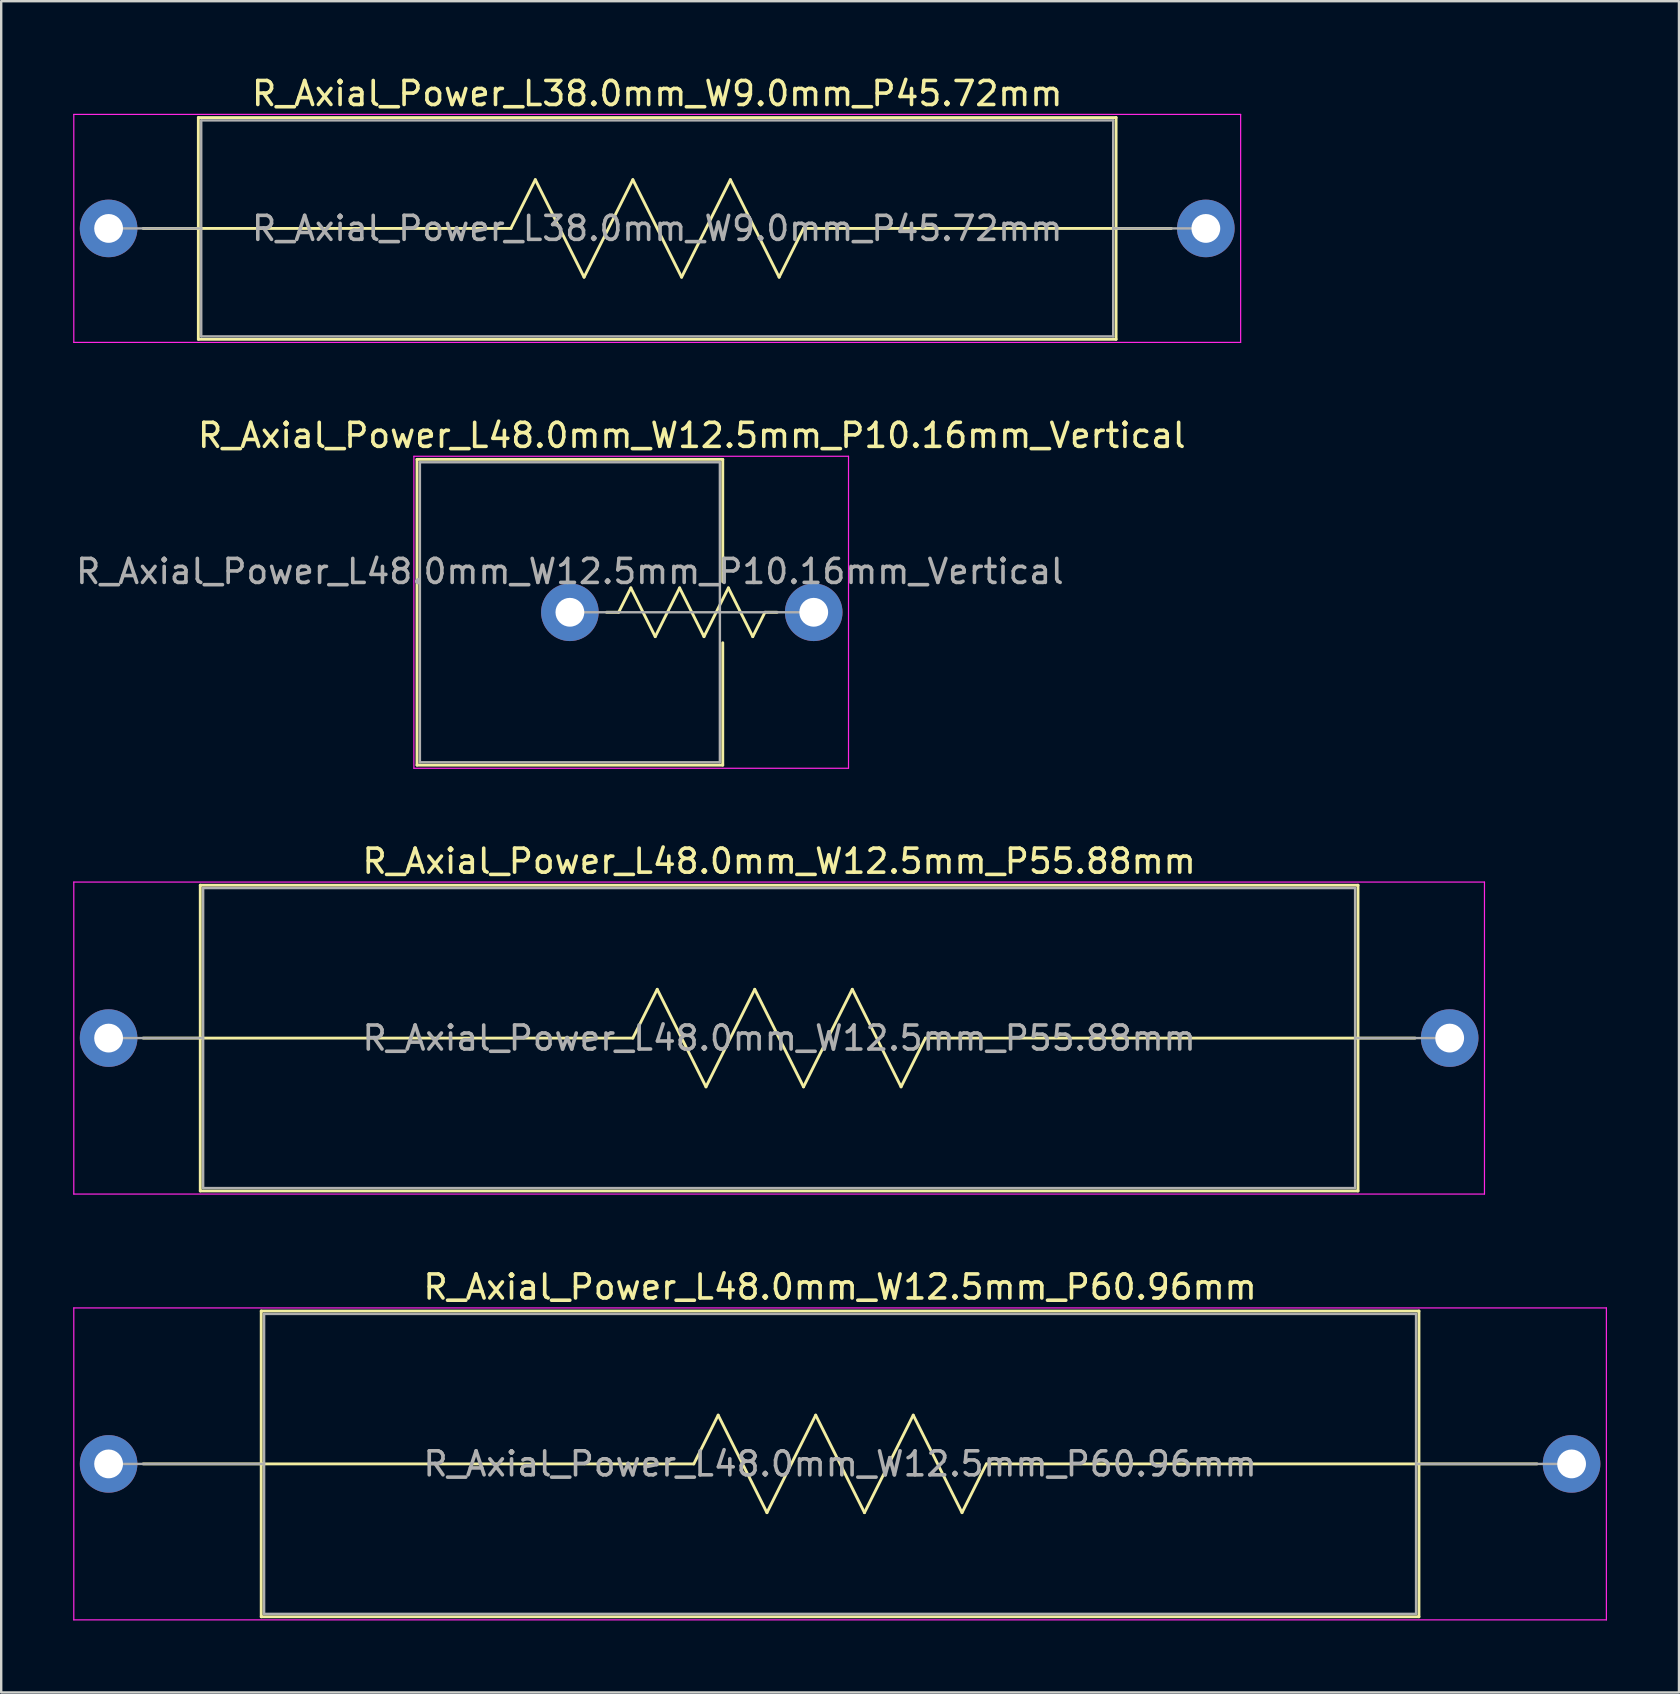
<source format=kicad_pcb>
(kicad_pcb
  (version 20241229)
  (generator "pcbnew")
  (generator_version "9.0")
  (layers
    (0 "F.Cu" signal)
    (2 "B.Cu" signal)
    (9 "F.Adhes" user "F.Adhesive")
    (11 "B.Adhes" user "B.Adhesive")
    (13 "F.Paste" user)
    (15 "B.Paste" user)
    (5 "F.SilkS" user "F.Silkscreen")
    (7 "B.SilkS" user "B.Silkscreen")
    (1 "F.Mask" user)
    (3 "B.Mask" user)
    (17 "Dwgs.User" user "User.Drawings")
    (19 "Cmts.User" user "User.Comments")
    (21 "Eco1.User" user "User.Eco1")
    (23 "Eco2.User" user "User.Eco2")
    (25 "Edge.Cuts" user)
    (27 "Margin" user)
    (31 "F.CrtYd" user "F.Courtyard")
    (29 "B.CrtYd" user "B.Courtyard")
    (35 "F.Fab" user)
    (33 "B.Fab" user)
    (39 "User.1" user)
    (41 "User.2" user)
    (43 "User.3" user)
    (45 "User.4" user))
  (footprint "R_Axial_Power_L48.0mm_W12.5mm_P10.16mm_Vertical"
    (layer "F.Cu")
    (at 20.696 22.462)
    (property "Reference" "R_Axial_Power_L48.0mm_W12.5mm_P10.16mm_Vertical" (at 5.08 -7.37 0) (layer "F.SilkS") (effects (font (size 1 1) (thickness 0.15))))
    (attr through_hole)
    (fp_line (start -6.37 -6.37) (end -6.37 6.37) (stroke (width 0.12) (type solid)) (layer "F.SilkS"))
    (fp_line (start -6.37 6.37) (end 6.37 6.37) (stroke (width 0.12) (type solid)) (layer "F.SilkS"))
    (fp_line (start 2.032 0) (end 1.524 0) (stroke (width 0.12) (type solid)) (layer "F.SilkS"))
    (fp_line (start 2.032 0) (end 2.54 -1.016) (stroke (width 0.12) (type solid)) (layer "F.SilkS"))
    (fp_line (start 2.54 -1.016) (end 3.556 1.016) (stroke (width 0.12) (type solid)) (layer "F.SilkS"))
    (fp_line (start 3.556 1.016) (end 4.572 -1.016) (stroke (width 0.12) (type solid)) (layer "F.SilkS"))
    (fp_line (start 4.572 -1.016) (end 5.588 1.016) (stroke (width 0.12) (type solid)) (layer "F.SilkS"))
    (fp_line (start 5.588 1.016) (end 6.604 -1.016) (stroke (width 0.12) (type solid)) (layer "F.SilkS"))
    (fp_line (start 6.37 -6.37) (end -6.37 -6.37) (stroke (width 0.12) (type solid)) (layer "F.SilkS"))
    (fp_line (start 6.37 -1.27) (end 6.37 -6.37) (stroke (width 0.12) (type solid)) (layer "F.SilkS"))
    (fp_line (start 6.37 6.37) (end 6.37 1.27) (stroke (width 0.12) (type solid)) (layer "F.SilkS"))
    (fp_line (start 6.604 -1.016) (end 7.62 1.016) (stroke (width 0.12) (type solid)) (layer "F.SilkS"))
    (fp_line (start 7.62 1.016) (end 8.128 0) (stroke (width 0.12) (type solid)) (layer "F.SilkS"))
    (fp_line (start 8.128 0) (end 8.636 0) (stroke (width 0.12) (type solid)) (layer "F.SilkS"))
    (fp_line (start -6.5 -6.5) (end -6.5 6.5) (stroke (width 0.05) (type solid)) (layer "F.CrtYd"))
    (fp_line (start -6.5 6.5) (end 11.61 6.5) (stroke (width 0.05) (type solid)) (layer "F.CrtYd"))
    (fp_line (start 11.61 -6.5) (end -6.5 -6.5) (stroke (width 0.05) (type solid)) (layer "F.CrtYd"))
    (fp_line (start 11.61 6.5) (end 11.61 -6.5) (stroke (width 0.05) (type solid)) (layer "F.CrtYd"))
    (fp_line (start -6.25 -6.25) (end -6.25 6.25) (stroke (width 0.1) (type solid)) (layer "F.Fab"))
    (fp_line (start -6.25 6.25) (end 6.25 6.25) (stroke (width 0.1) (type solid)) (layer "F.Fab"))
    (fp_line (start 0 0) (end 10.16 0) (stroke (width 0.1) (type solid)) (layer "F.Fab"))
    (fp_line (start 6.25 -6.25) (end -6.25 -6.25) (stroke (width 0.1) (type solid)) (layer "F.Fab"))
    (fp_line (start 6.25 6.25) (end 6.25 -6.25) (stroke (width 0.1) (type solid)) (layer "F.Fab"))
    (fp_text user "${REFERENCE}" (at 0 -1.7 0) (layer "F.Fab") (effects (font (size 1 1) (thickness 0.15))))
    (pad "1" thru_hole circle (at 0 0) (size 2.4 2.4) (drill 1.2) (layers "*.Cu" "*.Mask"))
    (pad "2" thru_hole oval (at 10.16 0) (size 2.4 2.4) (drill 1.2) (layers "*.Cu" "*.Mask")))
  (footprint "R_Axial_Power_L48.0mm_W12.5mm_P55.88mm"
    (layer "F.Cu")
    (at 1.475 40.205)
    (property "Reference" "R_Axial_Power_L48.0mm_W12.5mm_P55.88mm" (at 27.94 -7.37 0) (layer "F.SilkS") (effects (font (size 1 1) (thickness 0.15))))
    (attr through_hole)
    (fp_line (start 1.44 0) (end 3.82 0) (stroke (width 0.12) (type solid)) (layer "F.SilkS"))
    (fp_line (start 3.82 -6.37) (end 3.82 6.37) (stroke (width 0.12) (type solid)) (layer "F.SilkS"))
    (fp_line (start 3.82 0) (end 21.844 0) (stroke (width 0.12) (type solid)) (layer "F.SilkS"))
    (fp_line (start 3.82 6.37) (end 52.06 6.37) (stroke (width 0.12) (type solid)) (layer "F.SilkS"))
    (fp_line (start 21.844 0) (end 22.86 -2.032) (stroke (width 0.12) (type solid)) (layer "F.SilkS"))
    (fp_line (start 22.86 -2.032) (end 24.892 2.032) (stroke (width 0.12) (type solid)) (layer "F.SilkS"))
    (fp_line (start 24.892 2.032) (end 26.924 -2.032) (stroke (width 0.12) (type solid)) (layer "F.SilkS"))
    (fp_line (start 26.924 -2.032) (end 28.956 2.032) (stroke (width 0.12) (type solid)) (layer "F.SilkS"))
    (fp_line (start 28.956 2.032) (end 30.988 -2.032) (stroke (width 0.12) (type solid)) (layer "F.SilkS"))
    (fp_line (start 30.988 -2.032) (end 33.02 2.032) (stroke (width 0.12) (type solid)) (layer "F.SilkS"))
    (fp_line (start 33.02 2.032) (end 34.036 0) (stroke (width 0.12) (type solid)) (layer "F.SilkS"))
    (fp_line (start 52.06 -6.37) (end 3.82 -6.37) (stroke (width 0.12) (type solid)) (layer "F.SilkS"))
    (fp_line (start 52.06 0) (end 34.036 0) (stroke (width 0.12) (type solid)) (layer "F.SilkS"))
    (fp_line (start 52.06 6.37) (end 52.06 -6.37) (stroke (width 0.12) (type solid)) (layer "F.SilkS"))
    (fp_line (start 54.44 0) (end 52.06 0) (stroke (width 0.12) (type solid)) (layer "F.SilkS"))
    (fp_line (start -1.45 -6.5) (end -1.45 6.5) (stroke (width 0.05) (type solid)) (layer "F.CrtYd"))
    (fp_line (start -1.45 6.5) (end 57.33 6.5) (stroke (width 0.05) (type solid)) (layer "F.CrtYd"))
    (fp_line (start 57.33 -6.5) (end -1.45 -6.5) (stroke (width 0.05) (type solid)) (layer "F.CrtYd"))
    (fp_line (start 57.33 6.5) (end 57.33 -6.5) (stroke (width 0.05) (type solid)) (layer "F.CrtYd"))
    (fp_line (start 0 0) (end 3.94 0) (stroke (width 0.1) (type solid)) (layer "F.Fab"))
    (fp_line (start 3.94 -6.25) (end 3.94 6.25) (stroke (width 0.1) (type solid)) (layer "F.Fab"))
    (fp_line (start 3.94 6.25) (end 51.94 6.25) (stroke (width 0.1) (type solid)) (layer "F.Fab"))
    (fp_line (start 51.94 -6.25) (end 3.94 -6.25) (stroke (width 0.1) (type solid)) (layer "F.Fab"))
    (fp_line (start 51.94 6.25) (end 51.94 -6.25) (stroke (width 0.1) (type solid)) (layer "F.Fab"))
    (fp_line (start 55.88 0) (end 51.94 0) (stroke (width 0.1) (type solid)) (layer "F.Fab"))
    (fp_text user "${REFERENCE}" (at 27.94 0 0) (layer "F.Fab") (effects (font (size 1 1) (thickness 0.15))))
    (pad "1" thru_hole circle (at 0 0) (size 2.4 2.4) (drill 1.2) (layers "*.Cu" "*.Mask"))
    (pad "2" thru_hole oval (at 55.88 0) (size 2.4 2.4) (drill 1.2) (layers "*.Cu" "*.Mask")))
  (footprint "R_Axial_Power_L38.0mm_W9.0mm_P45.72mm"
    (layer "F.Cu")
    (at 1.475 6.468)
    (property "Reference" "R_Axial_Power_L38.0mm_W9.0mm_P45.72mm" (at 22.86 -5.62 0) (layer "F.SilkS") (effects (font (size 1 1) (thickness 0.15))))
    (attr through_hole)
    (fp_line (start 1.44 0) (end 3.74 0) (stroke (width 0.12) (type solid)) (layer "F.SilkS"))
    (fp_line (start 3.74 -4.62) (end 3.74 4.62) (stroke (width 0.12) (type solid)) (layer "F.SilkS"))
    (fp_line (start 3.74 0) (end 16.764 0) (stroke (width 0.12) (type solid)) (layer "F.SilkS"))
    (fp_line (start 3.74 4.62) (end 41.98 4.62) (stroke (width 0.12) (type solid)) (layer "F.SilkS"))
    (fp_line (start 16.764 0) (end 17.78 -2.032) (stroke (width 0.12) (type solid)) (layer "F.SilkS"))
    (fp_line (start 17.78 -2.032) (end 19.812 2.032) (stroke (width 0.12) (type solid)) (layer "F.SilkS"))
    (fp_line (start 19.812 2.032) (end 21.844 -2.032) (stroke (width 0.12) (type solid)) (layer "F.SilkS"))
    (fp_line (start 21.844 -2.032) (end 23.876 2.032) (stroke (width 0.12) (type solid)) (layer "F.SilkS"))
    (fp_line (start 23.876 2.032) (end 25.908 -2.032) (stroke (width 0.12) (type solid)) (layer "F.SilkS"))
    (fp_line (start 25.908 -2.032) (end 27.94 2.032) (stroke (width 0.12) (type solid)) (layer "F.SilkS"))
    (fp_line (start 27.94 2.032) (end 28.956 0) (stroke (width 0.12) (type solid)) (layer "F.SilkS"))
    (fp_line (start 41.98 -4.62) (end 3.74 -4.62) (stroke (width 0.12) (type solid)) (layer "F.SilkS"))
    (fp_line (start 41.98 0) (end 28.956 0) (stroke (width 0.12) (type solid)) (layer "F.SilkS"))
    (fp_line (start 41.98 4.62) (end 41.98 -4.62) (stroke (width 0.12) (type solid)) (layer "F.SilkS"))
    (fp_line (start 44.28 0) (end 41.98 0) (stroke (width 0.12) (type solid)) (layer "F.SilkS"))
    (fp_line (start -1.45 -4.75) (end -1.45 4.75) (stroke (width 0.05) (type solid)) (layer "F.CrtYd"))
    (fp_line (start -1.45 4.75) (end 47.17 4.75) (stroke (width 0.05) (type solid)) (layer "F.CrtYd"))
    (fp_line (start 47.17 -4.75) (end -1.45 -4.75) (stroke (width 0.05) (type solid)) (layer "F.CrtYd"))
    (fp_line (start 47.17 4.75) (end 47.17 -4.75) (stroke (width 0.05) (type solid)) (layer "F.CrtYd"))
    (fp_line (start 0 0) (end 3.86 0) (stroke (width 0.1) (type solid)) (layer "F.Fab"))
    (fp_line (start 3.86 -4.5) (end 3.86 4.5) (stroke (width 0.1) (type solid)) (layer "F.Fab"))
    (fp_line (start 3.86 4.5) (end 41.86 4.5) (stroke (width 0.1) (type solid)) (layer "F.Fab"))
    (fp_line (start 41.86 -4.5) (end 3.86 -4.5) (stroke (width 0.1) (type solid)) (layer "F.Fab"))
    (fp_line (start 41.86 4.5) (end 41.86 -4.5) (stroke (width 0.1) (type solid)) (layer "F.Fab"))
    (fp_line (start 45.72 0) (end 41.86 0) (stroke (width 0.1) (type solid)) (layer "F.Fab"))
    (fp_text user "${REFERENCE}" (at 22.86 0 0) (layer "F.Fab") (effects (font (size 1 1) (thickness 0.15))))
    (pad "1" thru_hole circle (at 0 0) (size 2.4 2.4) (drill 1.2) (layers "*.Cu" "*.Mask"))
    (pad "2" thru_hole oval (at 45.72 0) (size 2.4 2.4) (drill 1.2) (layers "*.Cu" "*.Mask")))
  (footprint "R_Axial_Power_L48.0mm_W12.5mm_P60.96mm"
    (layer "F.Cu")
    (at 1.475 57.948)
    (property "Reference" "R_Axial_Power_L48.0mm_W12.5mm_P60.96mm" (at 30.48 -7.37 0) (layer "F.SilkS") (effects (font (size 1 1) (thickness 0.15))))
    (attr through_hole)
    (fp_line (start 1.44 0) (end 6.36 0) (stroke (width 0.12) (type solid)) (layer "F.SilkS"))
    (fp_line (start 6.36 -6.37) (end 6.36 6.37) (stroke (width 0.12) (type solid)) (layer "F.SilkS"))
    (fp_line (start 6.36 0) (end 24.384 0) (stroke (width 0.12) (type solid)) (layer "F.SilkS"))
    (fp_line (start 6.36 6.37) (end 54.6 6.37) (stroke (width 0.12) (type solid)) (layer "F.SilkS"))
    (fp_line (start 24.384 0) (end 25.4 -2.032) (stroke (width 0.12) (type solid)) (layer "F.SilkS"))
    (fp_line (start 25.4 -2.032) (end 27.432 2.032) (stroke (width 0.12) (type solid)) (layer "F.SilkS"))
    (fp_line (start 27.432 2.032) (end 29.464 -2.032) (stroke (width 0.12) (type solid)) (layer "F.SilkS"))
    (fp_line (start 29.464 -2.032) (end 31.496 2.032) (stroke (width 0.12) (type solid)) (layer "F.SilkS"))
    (fp_line (start 31.496 2.032) (end 33.528 -2.032) (stroke (width 0.12) (type solid)) (layer "F.SilkS"))
    (fp_line (start 33.528 -2.032) (end 35.56 2.032) (stroke (width 0.12) (type solid)) (layer "F.SilkS"))
    (fp_line (start 35.56 2.032) (end 36.576 0) (stroke (width 0.12) (type solid)) (layer "F.SilkS"))
    (fp_line (start 54.6 -6.37) (end 6.36 -6.37) (stroke (width 0.12) (type solid)) (layer "F.SilkS"))
    (fp_line (start 54.6 0) (end 36.576 0) (stroke (width 0.12) (type solid)) (layer "F.SilkS"))
    (fp_line (start 54.6 6.37) (end 54.6 -6.37) (stroke (width 0.12) (type solid)) (layer "F.SilkS"))
    (fp_line (start 59.52 0) (end 54.6 0) (stroke (width 0.12) (type solid)) (layer "F.SilkS"))
    (fp_line (start -1.45 -6.5) (end -1.45 6.5) (stroke (width 0.05) (type solid)) (layer "F.CrtYd"))
    (fp_line (start -1.45 6.5) (end 62.41 6.5) (stroke (width 0.05) (type solid)) (layer "F.CrtYd"))
    (fp_line (start 62.41 -6.5) (end -1.45 -6.5) (stroke (width 0.05) (type solid)) (layer "F.CrtYd"))
    (fp_line (start 62.41 6.5) (end 62.41 -6.5) (stroke (width 0.05) (type solid)) (layer "F.CrtYd"))
    (fp_line (start 0 0) (end 6.48 0) (stroke (width 0.1) (type solid)) (layer "F.Fab"))
    (fp_line (start 6.48 -6.25) (end 6.48 6.25) (stroke (width 0.1) (type solid)) (layer "F.Fab"))
    (fp_line (start 6.48 6.25) (end 54.48 6.25) (stroke (width 0.1) (type solid)) (layer "F.Fab"))
    (fp_line (start 54.48 -6.25) (end 6.48 -6.25) (stroke (width 0.1) (type solid)) (layer "F.Fab"))
    (fp_line (start 54.48 6.25) (end 54.48 -6.25) (stroke (width 0.1) (type solid)) (layer "F.Fab"))
    (fp_line (start 60.96 0) (end 54.48 0) (stroke (width 0.1) (type solid)) (layer "F.Fab"))
    (fp_text user "${REFERENCE}" (at 30.48 0 0) (layer "F.Fab") (effects (font (size 1 1) (thickness 0.15))))
    (pad "1" thru_hole circle (at 0 0) (size 2.4 2.4) (drill 1.2) (layers "*.Cu" "*.Mask"))
    (pad "2" thru_hole oval (at 60.96 0) (size 2.4 2.4) (drill 1.2) (layers "*.Cu" "*.Mask")))
  (gr_rect
    (start -3 -3)
    (end 66.91 67.473)
    (stroke (width 0.1) (type default))
    (fill no)
    (layer "Edge.Cuts")))
</source>
